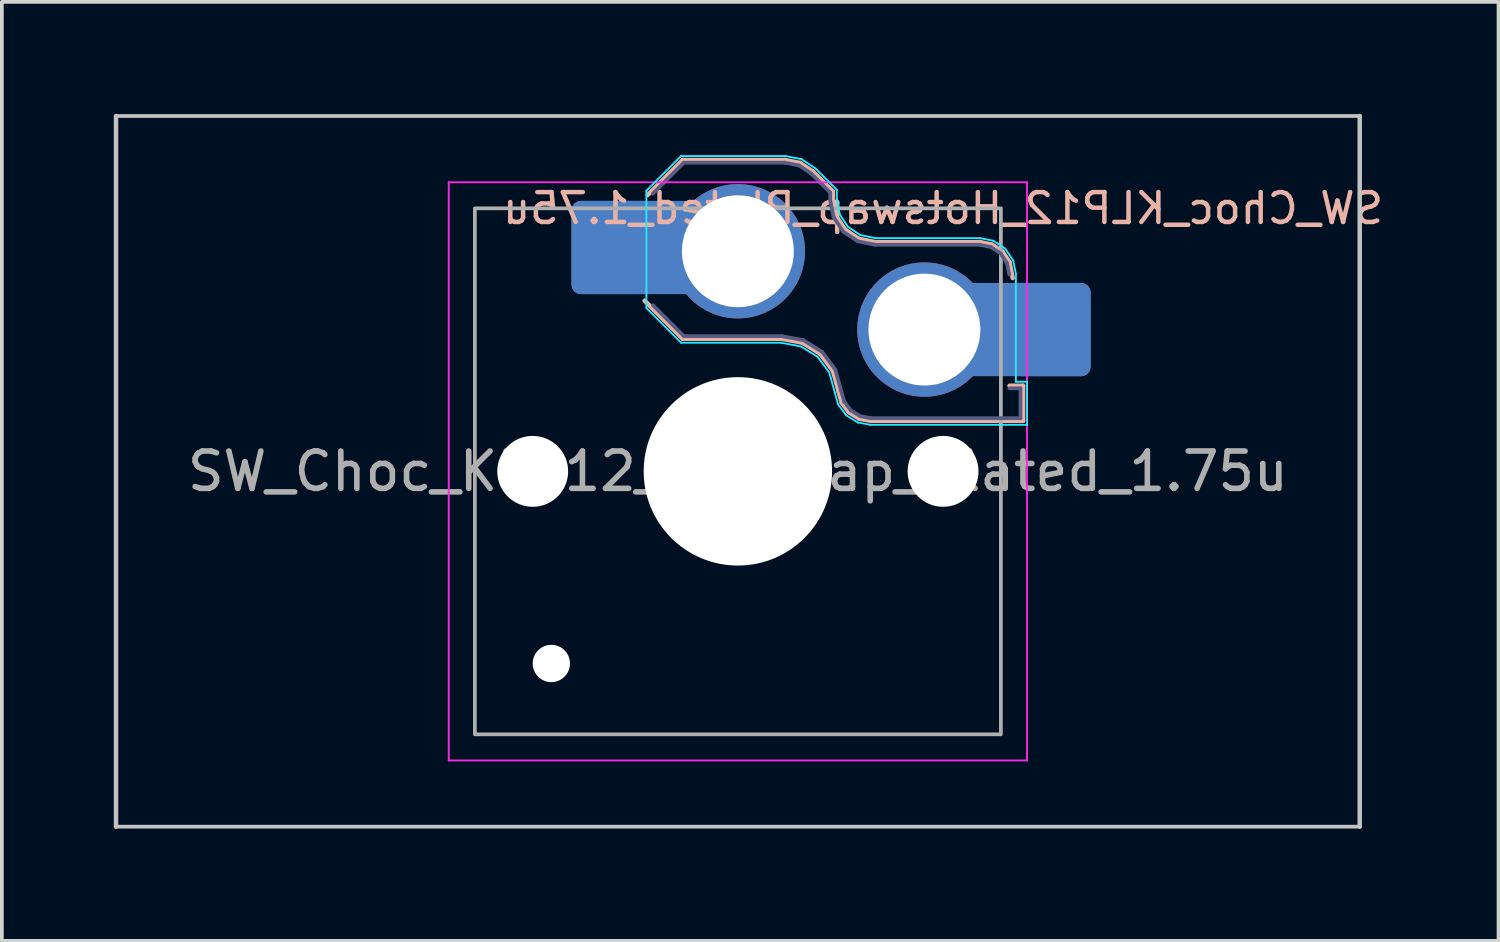
<source format=kicad_pcb>
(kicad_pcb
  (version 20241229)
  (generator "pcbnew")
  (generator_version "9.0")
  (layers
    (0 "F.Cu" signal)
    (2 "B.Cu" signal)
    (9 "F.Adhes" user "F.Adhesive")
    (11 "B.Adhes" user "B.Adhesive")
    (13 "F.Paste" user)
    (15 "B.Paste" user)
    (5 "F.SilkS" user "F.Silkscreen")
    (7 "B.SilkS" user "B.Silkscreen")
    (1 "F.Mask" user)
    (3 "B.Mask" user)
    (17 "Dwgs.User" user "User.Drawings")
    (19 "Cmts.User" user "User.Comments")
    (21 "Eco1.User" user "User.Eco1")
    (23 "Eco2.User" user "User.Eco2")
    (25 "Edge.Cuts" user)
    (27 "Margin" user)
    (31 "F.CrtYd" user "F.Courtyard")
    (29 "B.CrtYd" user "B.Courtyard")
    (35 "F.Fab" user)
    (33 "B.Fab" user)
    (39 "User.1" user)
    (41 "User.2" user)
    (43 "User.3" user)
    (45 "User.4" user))
  (footprint "SW_Choc_KLP12_Hotswap_Plated_1.75u"
    (layer "F.Cu")
    (at 16.729 9.585)
    (property "Reference" "SW_Choc_KLP12_Hotswap_Plated_1.75u" (at 5.5 -7.05 0) (layer "B.SilkS") (effects (font (size 0.8 0.8) (thickness 0.12)) (justify mirror)))
    (attr smd)
    (fp_line (start -2.416 -7.409) (end -1.479 -8.346) (stroke (width 0.12) (type solid)) (layer "B.SilkS"))
    (fp_line (start -1.479 -8.346) (end 1.268 -8.346) (stroke (width 0.12) (type solid)) (layer "B.SilkS"))
    (fp_line (start -1.479 -3.554) (end -2.5 -4.575) (stroke (width 0.12) (type solid)) (layer "B.SilkS"))
    (fp_line (start 1.168 -3.554) (end -1.479 -3.554) (stroke (width 0.12) (type solid)) (layer "B.SilkS"))
    (fp_line (start 1.268 -8.346) (end 1.671 -8.266) (stroke (width 0.12) (type solid)) (layer "B.SilkS"))
    (fp_line (start 1.671 -8.266) (end 2.013 -8.037) (stroke (width 0.12) (type solid)) (layer "B.SilkS"))
    (fp_line (start 1.73 -3.449) (end 1.168 -3.554) (stroke (width 0.12) (type solid)) (layer "B.SilkS"))
    (fp_line (start 2.013 -8.037) (end 2.546 -7.504) (stroke (width 0.12) (type solid)) (layer "B.SilkS"))
    (fp_line (start 2.209 -3.15) (end 1.73 -3.449) (stroke (width 0.12) (type solid)) (layer "B.SilkS"))
    (fp_line (start 2.546 -7.504) (end 2.546 -7.282) (stroke (width 0.12) (type solid)) (layer "B.SilkS"))
    (fp_line (start 2.546 -7.282) (end 2.633 -6.844) (stroke (width 0.12) (type solid)) (layer "B.SilkS"))
    (fp_line (start 2.547 -2.697) (end 2.209 -3.15) (stroke (width 0.12) (type solid)) (layer "B.SilkS"))
    (fp_line (start 2.633 -6.844) (end 2.877 -6.477) (stroke (width 0.12) (type solid)) (layer "B.SilkS"))
    (fp_line (start 2.701 -2.139) (end 2.547 -2.697) (stroke (width 0.12) (type solid)) (layer "B.SilkS"))
    (fp_line (start 2.783 -1.841) (end 2.701 -2.139) (stroke (width 0.12) (type solid)) (layer "B.SilkS"))
    (fp_line (start 2.877 -6.477) (end 3.244 -6.233) (stroke (width 0.12) (type solid)) (layer "B.SilkS"))
    (fp_line (start 2.976 -1.583) (end 2.783 -1.841) (stroke (width 0.12) (type solid)) (layer "B.SilkS"))
    (fp_line (start 3.244 -6.233) (end 3.682 -6.146) (stroke (width 0.12) (type solid)) (layer "B.SilkS"))
    (fp_line (start 3.25 -1.413) (end 2.976 -1.583) (stroke (width 0.12) (type solid)) (layer "B.SilkS"))
    (fp_line (start 3.56 -1.354) (end 3.25 -1.413) (stroke (width 0.12) (type solid)) (layer "B.SilkS"))
    (fp_line (start 3.682 -6.146) (end 6.482 -6.146) (stroke (width 0.12) (type solid)) (layer "B.SilkS"))
    (fp_line (start 6.482 -6.146) (end 6.809 -6.081) (stroke (width 0.12) (type solid)) (layer "B.SilkS"))
    (fp_line (start 6.809 -6.081) (end 7.092 -5.892) (stroke (width 0.12) (type solid)) (layer "B.SilkS"))
    (fp_line (start 7.092 -5.892) (end 7.281 -5.609) (stroke (width 0.12) (type solid)) (layer "B.SilkS"))
    (fp_line (start 7.281 -5.609) (end 7.366 -5.182) (stroke (width 0.12) (type solid)) (layer "B.SilkS"))
    (fp_line (start 7.283 -2.296) (end 7.646 -2.296) (stroke (width 0.12) (type solid)) (layer "B.SilkS"))
    (fp_line (start 7.646 -2.296) (end 7.646 -1.354) (stroke (width 0.12) (type solid)) (layer "B.SilkS"))
    (fp_line (start 7.646 -1.354) (end 3.56 -1.354) (stroke (width 0.12) (type solid)) (layer "B.SilkS"))
    (fp_line (start -16.669 -9.525) (end -16.669 9.525) (stroke (width 0.12) (type default)) (layer "Dwgs.User"))
    (fp_line (start -16.669 -9.525) (end 16.669 -9.525) (stroke (width 0.1) (type solid)) (layer "Dwgs.User"))
    (fp_line (start -16.669 9.525) (end 16.669 9.525) (stroke (width 0.1) (type solid)) (layer "Dwgs.User"))
    (fp_line (start 16.669 -9.525) (end 16.669 9.525) (stroke (width 0.12) (type default)) (layer "Dwgs.User"))
    (fp_line (start -2.452 -7.523) (end -1.523 -8.452) (stroke (width 0.05) (type solid)) (layer "B.CrtYd"))
    (fp_line (start -2.452 -4.377) (end -2.452 -7.523) (stroke (width 0.05) (type solid)) (layer "B.CrtYd"))
    (fp_line (start -1.523 -8.452) (end 1.278 -8.452) (stroke (width 0.05) (type solid)) (layer "B.CrtYd"))
    (fp_line (start -1.523 -3.448) (end -2.452 -4.377) (stroke (width 0.05) (type solid)) (layer "B.CrtYd"))
    (fp_line (start 1.159 -3.448) (end -1.523 -3.448) (stroke (width 0.05) (type solid)) (layer "B.CrtYd"))
    (fp_line (start 1.278 -8.452) (end 1.712 -8.366) (stroke (width 0.05) (type solid)) (layer "B.CrtYd"))
    (fp_line (start 1.691 -3.348) (end 1.159 -3.448) (stroke (width 0.05) (type solid)) (layer "B.CrtYd"))
    (fp_line (start 1.712 -8.366) (end 2.081 -8.119) (stroke (width 0.05) (type solid)) (layer "B.CrtYd"))
    (fp_line (start 2.081 -8.119) (end 2.652 -7.548) (stroke (width 0.05) (type solid)) (layer "B.CrtYd"))
    (fp_line (start 2.136 -3.071) (end 1.691 -3.348) (stroke (width 0.05) (type solid)) (layer "B.CrtYd"))
    (fp_line (start 2.45 -2.65) (end 2.136 -3.071) (stroke (width 0.05) (type solid)) (layer "B.CrtYd"))
    (fp_line (start 2.599 -2.111) (end 2.45 -2.65) (stroke (width 0.05) (type solid)) (layer "B.CrtYd"))
    (fp_line (start 2.652 -7.548) (end 2.652 -7.292) (stroke (width 0.05) (type solid)) (layer "B.CrtYd"))
    (fp_line (start 2.652 -7.292) (end 2.733 -6.885) (stroke (width 0.05) (type solid)) (layer "B.CrtYd"))
    (fp_line (start 2.687 -1.794) (end 2.599 -2.111) (stroke (width 0.05) (type solid)) (layer "B.CrtYd"))
    (fp_line (start 2.733 -6.885) (end 2.953 -6.553) (stroke (width 0.05) (type solid)) (layer "B.CrtYd"))
    (fp_line (start 2.903 -1.503) (end 2.687 -1.794) (stroke (width 0.05) (type solid)) (layer "B.CrtYd"))
    (fp_line (start 2.953 -6.553) (end 3.285 -6.333) (stroke (width 0.05) (type solid)) (layer "B.CrtYd"))
    (fp_line (start 3.211 -1.312) (end 2.903 -1.503) (stroke (width 0.05) (type solid)) (layer "B.CrtYd"))
    (fp_line (start 3.285 -6.333) (end 3.692 -6.252) (stroke (width 0.05) (type solid)) (layer "B.CrtYd"))
    (fp_line (start 3.55 -1.248) (end 3.211 -1.312) (stroke (width 0.05) (type solid)) (layer "B.CrtYd"))
    (fp_line (start 3.692 -6.252) (end 6.492 -6.252) (stroke (width 0.05) (type solid)) (layer "B.CrtYd"))
    (fp_line (start 6.492 -6.252) (end 6.85 -6.181) (stroke (width 0.05) (type solid)) (layer "B.CrtYd"))
    (fp_line (start 6.85 -6.181) (end 7.168 -5.968) (stroke (width 0.05) (type solid)) (layer "B.CrtYd"))
    (fp_line (start 7.168 -5.968) (end 7.381 -5.65) (stroke (width 0.05) (type solid)) (layer "B.CrtYd"))
    (fp_line (start 7.381 -5.65) (end 7.452 -5.292) (stroke (width 0.05) (type solid)) (layer "B.CrtYd"))
    (fp_line (start 7.452 -5.292) (end 7.452 -2.402) (stroke (width 0.05) (type solid)) (layer "B.CrtYd"))
    (fp_line (start 7.452 -2.402) (end 7.752 -2.402) (stroke (width 0.05) (type solid)) (layer "B.CrtYd"))
    (fp_line (start 7.752 -2.402) (end 7.752 -1.248) (stroke (width 0.05) (type solid)) (layer "B.CrtYd"))
    (fp_line (start 7.752 -1.248) (end 3.55 -1.248) (stroke (width 0.05) (type solid)) (layer "B.CrtYd"))
    (fp_line (start -7.75 7.75) (end -7.75 -7.75) (stroke (width 0.05) (type solid)) (layer "F.CrtYd"))
    (fp_line (start 7.75 -7.75) (end -7.75 -7.75) (stroke (width 0.05) (type solid)) (layer "F.CrtYd"))
    (fp_line (start 7.75 -7.75) (end 7.75 7.75) (stroke (width 0.05) (type solid)) (layer "F.CrtYd"))
    (fp_line (start 7.75 7.75) (end -7.75 7.75) (stroke (width 0.05) (type solid)) (layer "F.CrtYd"))
    (fp_line (start -2.275 -7.45) (end -1.45 -8.275) (stroke (width 0.1) (type solid)) (layer "B.Fab"))
    (fp_line (start -1.45 -8.275) (end 1.261 -8.275) (stroke (width 0.1) (type solid)) (layer "B.Fab"))
    (fp_line (start -1.45 -3.625) (end -2.275 -4.45) (stroke (width 0.1) (type solid)) (layer "B.Fab"))
    (fp_line (start 1.175 -3.625) (end -1.45 -3.625) (stroke (width 0.1) (type solid)) (layer "B.Fab"))
    (fp_line (start 1.261 -8.275) (end 1.643 -8.199) (stroke (width 0.1) (type solid)) (layer "B.Fab"))
    (fp_line (start 1.643 -8.199) (end 1.968 -7.982) (stroke (width 0.1) (type solid)) (layer "B.Fab"))
    (fp_line (start 1.756 -3.516) (end 1.175 -3.625) (stroke (width 0.1) (type solid)) (layer "B.Fab"))
    (fp_line (start 1.968 -7.982) (end 2.475 -7.475) (stroke (width 0.1) (type solid)) (layer "B.Fab"))
    (fp_line (start 2.258 -3.203) (end 1.756 -3.516) (stroke (width 0.1) (type solid)) (layer "B.Fab"))
    (fp_line (start 2.475 -7.475) (end 2.475 -7.275) (stroke (width 0.1) (type solid)) (layer "B.Fab"))
    (fp_line (start 2.475 -7.275) (end 2.566 -6.816) (stroke (width 0.1) (type solid)) (layer "B.Fab"))
    (fp_line (start 2.566 -6.816) (end 2.826 -6.426) (stroke (width 0.1) (type solid)) (layer "B.Fab"))
    (fp_line (start 2.612 -2.729) (end 2.258 -3.203) (stroke (width 0.1) (type solid)) (layer "B.Fab"))
    (fp_line (start 2.769 -2.158) (end 2.612 -2.729) (stroke (width 0.1) (type solid)) (layer "B.Fab"))
    (fp_line (start 2.826 -6.426) (end 3.216 -6.166) (stroke (width 0.1) (type solid)) (layer "B.Fab"))
    (fp_line (start 2.848 -1.873) (end 2.769 -2.158) (stroke (width 0.1) (type solid)) (layer "B.Fab"))
    (fp_line (start 3.025 -1.636) (end 2.848 -1.873) (stroke (width 0.1) (type solid)) (layer "B.Fab"))
    (fp_line (start 3.216 -6.166) (end 3.675 -6.075) (stroke (width 0.1) (type solid)) (layer "B.Fab"))
    (fp_line (start 3.276 -1.48) (end 3.025 -1.636) (stroke (width 0.1) (type solid)) (layer "B.Fab"))
    (fp_line (start 3.567 -1.425) (end 3.276 -1.48) (stroke (width 0.1) (type solid)) (layer "B.Fab"))
    (fp_line (start 3.675 -6.075) (end 6.475 -6.075) (stroke (width 0.1) (type solid)) (layer "B.Fab"))
    (fp_line (start 6.475 -6.075) (end 6.781 -6.014) (stroke (width 0.1) (type solid)) (layer "B.Fab"))
    (fp_line (start 6.781 -6.014) (end 7.041 -5.841) (stroke (width 0.1) (type solid)) (layer "B.Fab"))
    (fp_line (start 7.041 -5.841) (end 7.214 -5.581) (stroke (width 0.1) (type solid)) (layer "B.Fab"))
    (fp_line (start 7.214 -5.581) (end 7.275 -5.275) (stroke (width 0.1) (type solid)) (layer "B.Fab"))
    (fp_line (start 7.275 -2.225) (end 7.575 -2.225) (stroke (width 0.1) (type solid)) (layer "B.Fab"))
    (fp_line (start 7.575 -2.225) (end 7.575 -1.425) (stroke (width 0.1) (type solid)) (layer "B.Fab"))
    (fp_line (start 7.575 -1.425) (end 3.567 -1.425) (stroke (width 0.1) (type solid)) (layer "B.Fab"))
    (fp_rect (start -7.05 -7.05) (end 7.05 7.05) (stroke (width 0.1) (type default)) (fill no) (layer "F.Fab"))
    (fp_text user "${REFERENCE}" (at 0 0 0) (layer "F.Fab") (effects (font (size 1 1) (thickness 0.15))))
    (pad "" np_thru_hole circle (at -5.5 0) (size 1.9 1.9) (drill 1.9) (layers "*.Cu" "*.Mask"))
    (pad "" np_thru_hole circle (at -5 5.15) (size 1 1) (drill 1) (layers "*.Cu" "*.Mask"))
    (pad "" np_thru_hole circle (at 0 0) (size 5.05 5.05) (drill 5.05) (layers "*.Cu" "*.Mask"))
    (pad "" np_thru_hole circle (at 5.5 0) (size 1.9 1.9) (drill 1.9) (layers "*.Cu" "*.Mask"))
    (pad "1" thru_hole circle (at 5 -3.8) (size 3.6 3.6) (drill 3) (layers "*.Cu" "*.Mask"))
    (pad "1" smd roundrect (at 7.53 -3.8) (size 3.85 2.5) (layers "B.Cu") (roundrect_rratio 0.1))
    (pad "1" smd roundrect (at 8.376 -3.8) (size 2.159 2.5) (layers "B.Cu" "B.Mask" "B.Paste") (roundrect_rratio 0.116))
    (pad "2" smd roundrect (at -3.381 -6) (size 2.159 2.5) (layers "B.Cu" "B.Mask" "B.Paste") (roundrect_rratio 0.116))
    (pad "2" smd roundrect (at -2.535 -6) (size 3.85 2.5) (layers "B.Cu") (roundrect_rratio 0.1))
    (pad "2" thru_hole circle (at 0 -5.9) (size 3.6 3.6) (drill 3) (layers "*.Cu" "*.Mask")))
  (gr_rect
    (start -3 -3)
    (end 37.119 22.17)
    (stroke (width 0.1) (type default))
    (fill no)
    (layer "Edge.Cuts")))
</source>
